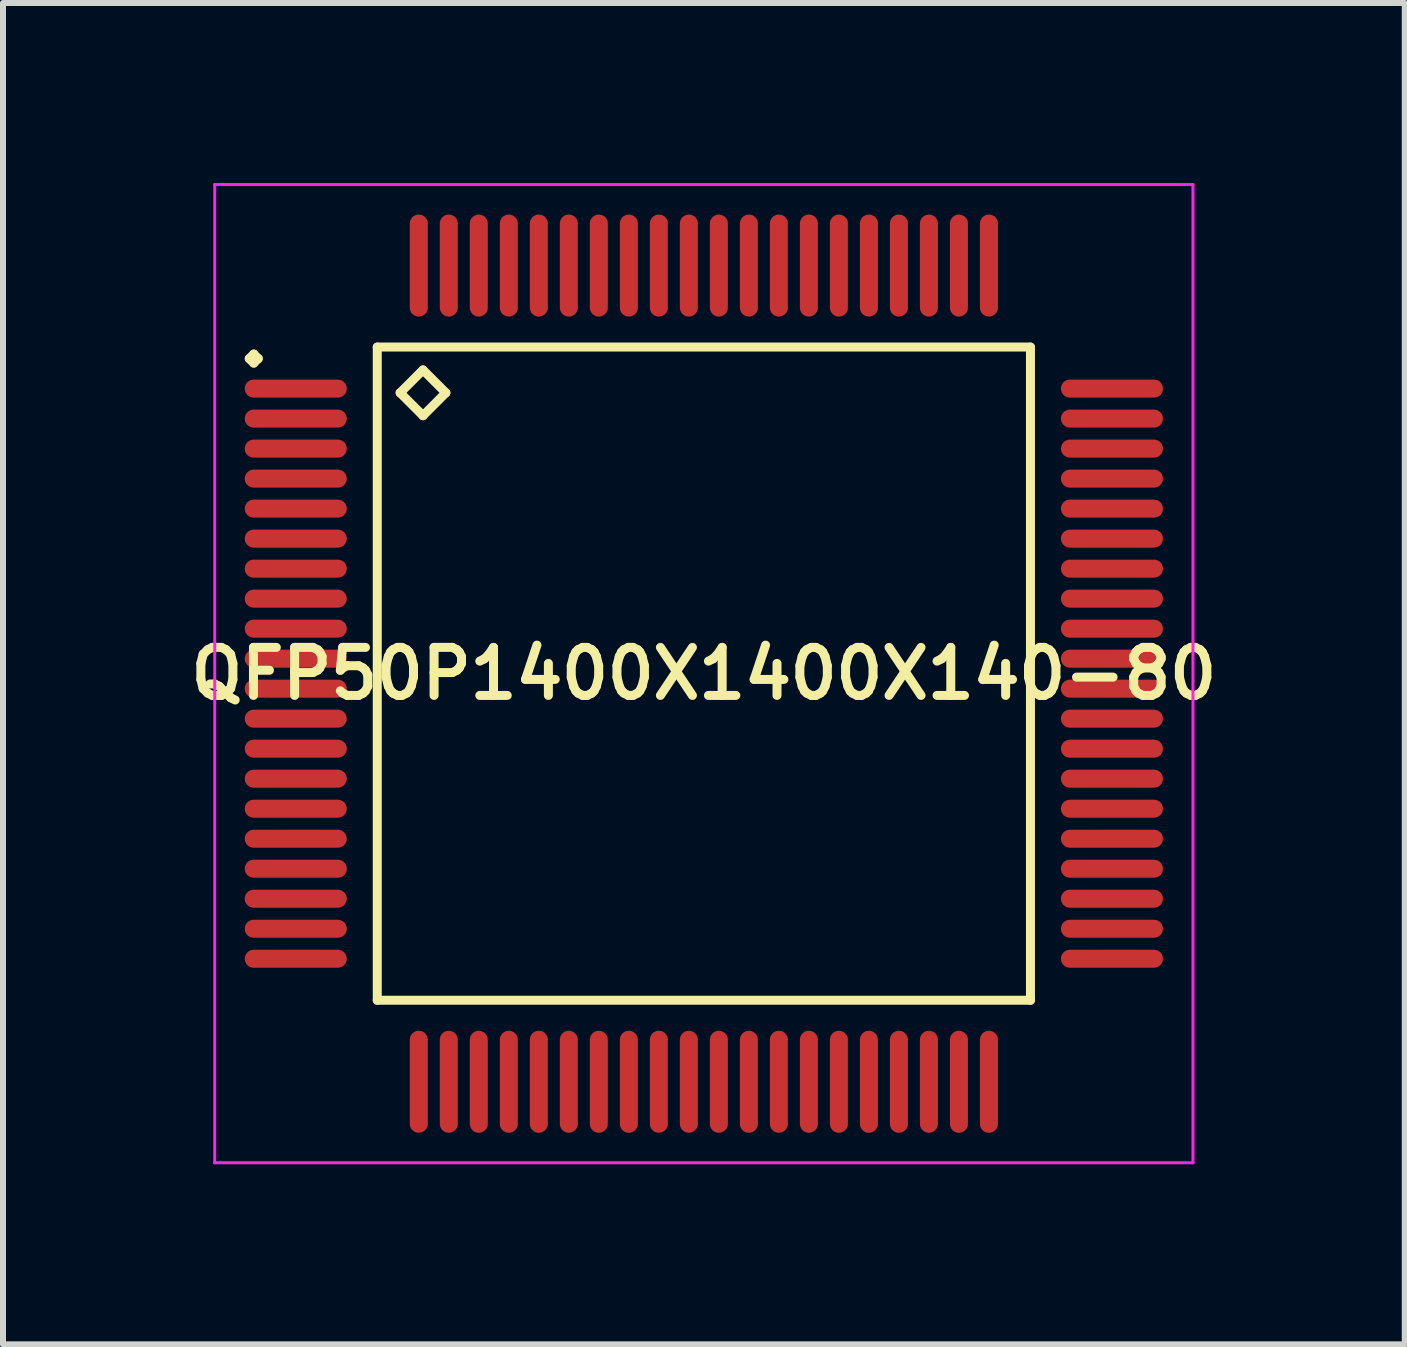
<source format=kicad_pcb>
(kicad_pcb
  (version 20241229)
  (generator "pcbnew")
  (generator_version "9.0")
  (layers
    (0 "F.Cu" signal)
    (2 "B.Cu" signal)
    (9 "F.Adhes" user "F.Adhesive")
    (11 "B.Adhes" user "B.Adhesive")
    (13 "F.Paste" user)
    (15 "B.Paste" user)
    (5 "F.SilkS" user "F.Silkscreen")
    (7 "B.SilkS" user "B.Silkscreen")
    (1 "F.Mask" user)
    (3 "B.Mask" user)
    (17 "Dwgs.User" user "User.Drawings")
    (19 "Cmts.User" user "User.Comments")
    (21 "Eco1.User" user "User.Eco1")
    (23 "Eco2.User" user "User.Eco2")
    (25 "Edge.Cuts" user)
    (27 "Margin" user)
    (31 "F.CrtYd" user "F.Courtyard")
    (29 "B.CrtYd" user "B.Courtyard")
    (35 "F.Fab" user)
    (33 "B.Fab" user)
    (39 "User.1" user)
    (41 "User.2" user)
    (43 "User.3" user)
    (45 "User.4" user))
  (footprint "QFP50P1400X1400X140-80"
    (layer "F.Cu")
    (at 8.678 8.175)
    (property "Reference" "QFP50P1400X1400X140-80" (at 0 0 0) (layer "F.SilkS") (effects (font (size 0.8 0.8) (thickness 0.15))))
    (attr smd)
    (fp_line (start -7.575 -5.25) (end -7.5 -5.325) (stroke (width 0.15) (type solid)) (layer "F.SilkS"))
    (fp_line (start -7.5 -5.325) (end -7.425 -5.25) (stroke (width 0.15) (type solid)) (layer "F.SilkS"))
    (fp_line (start -7.5 -5.175) (end -7.575 -5.25) (stroke (width 0.15) (type solid)) (layer "F.SilkS"))
    (fp_line (start -7.425 -5.25) (end -7.5 -5.175) (stroke (width 0.15) (type solid)) (layer "F.SilkS"))
    (fp_line (start -5.442 -5.442) (end -5.442 5.442) (stroke (width 0.15) (type solid)) (layer "F.SilkS"))
    (fp_line (start -5.442 5.442) (end 5.442 5.442) (stroke (width 0.15) (type solid)) (layer "F.SilkS"))
    (fp_line (start -5.061 -4.68) (end -4.68 -5.061) (stroke (width 0.15) (type solid)) (layer "F.SilkS"))
    (fp_line (start -4.68 -5.061) (end -4.299 -4.68) (stroke (width 0.15) (type solid)) (layer "F.SilkS"))
    (fp_line (start -4.68 -4.299) (end -5.061 -4.68) (stroke (width 0.15) (type solid)) (layer "F.SilkS"))
    (fp_line (start -4.299 -4.68) (end -4.68 -4.299) (stroke (width 0.15) (type solid)) (layer "F.SilkS"))
    (fp_line (start 5.442 -5.442) (end -5.442 -5.442) (stroke (width 0.15) (type solid)) (layer "F.SilkS"))
    (fp_line (start 5.442 5.442) (end 5.442 -5.442) (stroke (width 0.15) (type solid)) (layer "F.SilkS"))
    (fp_line (start -8.15 -8.15) (end 8.15 -8.15) (stroke (width 0.05) (type solid)) (layer "F.CrtYd"))
    (fp_line (start -8.15 8.15) (end -8.15 -8.15) (stroke (width 0.05) (type solid)) (layer "F.CrtYd"))
    (fp_line (start 8.15 -8.15) (end 8.15 8.15) (stroke (width 0.05) (type solid)) (layer "F.CrtYd"))
    (fp_line (start 8.15 8.15) (end -8.15 8.15) (stroke (width 0.05) (type solid)) (layer "F.CrtYd"))
    (pad "1" smd oval (at -6.8 -4.75) (size 1.7 0.3) (layers "F.Cu" "F.Mask" "F.Paste"))
    (pad "2" smd oval (at -6.8 -4.25) (size 1.7 0.3) (layers "F.Cu" "F.Mask" "F.Paste"))
    (pad "3" smd oval (at -6.8 -3.75) (size 1.7 0.3) (layers "F.Cu" "F.Mask" "F.Paste"))
    (pad "4" smd oval (at -6.8 -3.25) (size 1.7 0.3) (layers "F.Cu" "F.Mask" "F.Paste"))
    (pad "5" smd oval (at -6.8 -2.75) (size 1.7 0.3) (layers "F.Cu" "F.Mask" "F.Paste"))
    (pad "6" smd oval (at -6.8 -2.25) (size 1.7 0.3) (layers "F.Cu" "F.Mask" "F.Paste"))
    (pad "7" smd oval (at -6.8 -1.75) (size 1.7 0.3) (layers "F.Cu" "F.Mask" "F.Paste"))
    (pad "8" smd oval (at -6.8 -1.25) (size 1.7 0.3) (layers "F.Cu" "F.Mask" "F.Paste"))
    (pad "9" smd oval (at -6.8 -0.75) (size 1.7 0.3) (layers "F.Cu" "F.Mask" "F.Paste"))
    (pad "10" smd oval (at -6.8 -0.25) (size 1.7 0.3) (layers "F.Cu" "F.Mask" "F.Paste"))
    (pad "11" smd oval (at -6.8 0.25) (size 1.7 0.3) (layers "F.Cu" "F.Mask" "F.Paste"))
    (pad "12" smd oval (at -6.8 0.75) (size 1.7 0.3) (layers "F.Cu" "F.Mask" "F.Paste"))
    (pad "13" smd oval (at -6.8 1.25) (size 1.7 0.3) (layers "F.Cu" "F.Mask" "F.Paste"))
    (pad "14" smd oval (at -6.8 1.75) (size 1.7 0.3) (layers "F.Cu" "F.Mask" "F.Paste"))
    (pad "15" smd oval (at -6.8 2.25) (size 1.7 0.3) (layers "F.Cu" "F.Mask" "F.Paste"))
    (pad "16" smd oval (at -6.8 2.75) (size 1.7 0.3) (layers "F.Cu" "F.Mask" "F.Paste"))
    (pad "17" smd oval (at -6.8 3.25) (size 1.7 0.3) (layers "F.Cu" "F.Mask" "F.Paste"))
    (pad "18" smd oval (at -6.8 3.75) (size 1.7 0.3) (layers "F.Cu" "F.Mask" "F.Paste"))
    (pad "19" smd oval (at -6.8 4.25) (size 1.7 0.3) (layers "F.Cu" "F.Mask" "F.Paste"))
    (pad "20" smd oval (at -6.8 4.75) (size 1.7 0.3) (layers "F.Cu" "F.Mask" "F.Paste"))
    (pad "21" smd oval (at -4.75 6.8) (size 0.3 1.7) (layers "F.Cu" "F.Mask" "F.Paste"))
    (pad "22" smd oval (at -4.25 6.8) (size 0.3 1.7) (layers "F.Cu" "F.Mask" "F.Paste"))
    (pad "23" smd oval (at -3.75 6.8) (size 0.3 1.7) (layers "F.Cu" "F.Mask" "F.Paste"))
    (pad "24" smd oval (at -3.25 6.8) (size 0.3 1.7) (layers "F.Cu" "F.Mask" "F.Paste"))
    (pad "25" smd oval (at -2.75 6.8) (size 0.3 1.7) (layers "F.Cu" "F.Mask" "F.Paste"))
    (pad "26" smd oval (at -2.25 6.8) (size 0.3 1.7) (layers "F.Cu" "F.Mask" "F.Paste"))
    (pad "27" smd oval (at -1.75 6.8) (size 0.3 1.7) (layers "F.Cu" "F.Mask" "F.Paste"))
    (pad "28" smd oval (at -1.25 6.8) (size 0.3 1.7) (layers "F.Cu" "F.Mask" "F.Paste"))
    (pad "29" smd oval (at -0.75 6.8) (size 0.3 1.7) (layers "F.Cu" "F.Mask" "F.Paste"))
    (pad "30" smd oval (at -0.25 6.8) (size 0.3 1.7) (layers "F.Cu" "F.Mask" "F.Paste"))
    (pad "31" smd oval (at 0.25 6.8) (size 0.3 1.7) (layers "F.Cu" "F.Mask" "F.Paste"))
    (pad "32" smd oval (at 0.75 6.8) (size 0.3 1.7) (layers "F.Cu" "F.Mask" "F.Paste"))
    (pad "33" smd oval (at 1.25 6.8) (size 0.3 1.7) (layers "F.Cu" "F.Mask" "F.Paste"))
    (pad "34" smd oval (at 1.75 6.8) (size 0.3 1.7) (layers "F.Cu" "F.Mask" "F.Paste"))
    (pad "35" smd oval (at 2.25 6.8) (size 0.3 1.7) (layers "F.Cu" "F.Mask" "F.Paste"))
    (pad "36" smd oval (at 2.75 6.8) (size 0.3 1.7) (layers "F.Cu" "F.Mask" "F.Paste"))
    (pad "37" smd oval (at 3.25 6.8) (size 0.3 1.7) (layers "F.Cu" "F.Mask" "F.Paste"))
    (pad "38" smd oval (at 3.75 6.8) (size 0.3 1.7) (layers "F.Cu" "F.Mask" "F.Paste"))
    (pad "39" smd oval (at 4.25 6.8) (size 0.3 1.7) (layers "F.Cu" "F.Mask" "F.Paste"))
    (pad "40" smd oval (at 4.75 6.8) (size 0.3 1.7) (layers "F.Cu" "F.Mask" "F.Paste"))
    (pad "41" smd oval (at 6.8 4.75) (size 1.7 0.3) (layers "F.Cu" "F.Mask" "F.Paste"))
    (pad "42" smd oval (at 6.8 4.25) (size 1.7 0.3) (layers "F.Cu" "F.Mask" "F.Paste"))
    (pad "43" smd oval (at 6.8 3.75) (size 1.7 0.3) (layers "F.Cu" "F.Mask" "F.Paste"))
    (pad "44" smd oval (at 6.8 3.25) (size 1.7 0.3) (layers "F.Cu" "F.Mask" "F.Paste"))
    (pad "45" smd oval (at 6.8 2.75) (size 1.7 0.3) (layers "F.Cu" "F.Mask" "F.Paste"))
    (pad "46" smd oval (at 6.8 2.25) (size 1.7 0.3) (layers "F.Cu" "F.Mask" "F.Paste"))
    (pad "47" smd oval (at 6.8 1.75) (size 1.7 0.3) (layers "F.Cu" "F.Mask" "F.Paste"))
    (pad "48" smd oval (at 6.8 1.25) (size 1.7 0.3) (layers "F.Cu" "F.Mask" "F.Paste"))
    (pad "49" smd oval (at 6.8 0.75) (size 1.7 0.3) (layers "F.Cu" "F.Mask" "F.Paste"))
    (pad "50" smd oval (at 6.8 0.25) (size 1.7 0.3) (layers "F.Cu" "F.Mask" "F.Paste"))
    (pad "51" smd oval (at 6.8 -0.25) (size 1.7 0.3) (layers "F.Cu" "F.Mask" "F.Paste"))
    (pad "52" smd oval (at 6.8 -0.75) (size 1.7 0.3) (layers "F.Cu" "F.Mask" "F.Paste"))
    (pad "53" smd oval (at 6.8 -1.25) (size 1.7 0.3) (layers "F.Cu" "F.Mask" "F.Paste"))
    (pad "54" smd oval (at 6.8 -1.75) (size 1.7 0.3) (layers "F.Cu" "F.Mask" "F.Paste"))
    (pad "55" smd oval (at 6.8 -2.25) (size 1.7 0.3) (layers "F.Cu" "F.Mask" "F.Paste"))
    (pad "56" smd oval (at 6.8 -2.75) (size 1.7 0.3) (layers "F.Cu" "F.Mask" "F.Paste"))
    (pad "57" smd oval (at 6.8 -3.25) (size 1.7 0.3) (layers "F.Cu" "F.Mask" "F.Paste"))
    (pad "58" smd oval (at 6.8 -3.75) (size 1.7 0.3) (layers "F.Cu" "F.Mask" "F.Paste"))
    (pad "59" smd oval (at 6.8 -4.25) (size 1.7 0.3) (layers "F.Cu" "F.Mask" "F.Paste"))
    (pad "60" smd oval (at 6.8 -4.75) (size 1.7 0.3) (layers "F.Cu" "F.Mask" "F.Paste"))
    (pad "61" smd oval (at 4.75 -6.8) (size 0.3 1.7) (layers "F.Cu" "F.Mask" "F.Paste"))
    (pad "62" smd oval (at 4.25 -6.8) (size 0.3 1.7) (layers "F.Cu" "F.Mask" "F.Paste"))
    (pad "63" smd oval (at 3.75 -6.8) (size 0.3 1.7) (layers "F.Cu" "F.Mask" "F.Paste"))
    (pad "64" smd oval (at 3.25 -6.8) (size 0.3 1.7) (layers "F.Cu" "F.Mask" "F.Paste"))
    (pad "65" smd oval (at 2.75 -6.8) (size 0.3 1.7) (layers "F.Cu" "F.Mask" "F.Paste"))
    (pad "66" smd oval (at 2.25 -6.8) (size 0.3 1.7) (layers "F.Cu" "F.Mask" "F.Paste"))
    (pad "67" smd oval (at 1.75 -6.8) (size 0.3 1.7) (layers "F.Cu" "F.Mask" "F.Paste"))
    (pad "68" smd oval (at 1.25 -6.8) (size 0.3 1.7) (layers "F.Cu" "F.Mask" "F.Paste"))
    (pad "69" smd oval (at 0.75 -6.8) (size 0.3 1.7) (layers "F.Cu" "F.Mask" "F.Paste"))
    (pad "70" smd oval (at 0.25 -6.8) (size 0.3 1.7) (layers "F.Cu" "F.Mask" "F.Paste"))
    (pad "71" smd oval (at -0.25 -6.8) (size 0.3 1.7) (layers "F.Cu" "F.Mask" "F.Paste"))
    (pad "72" smd oval (at -0.75 -6.8) (size 0.3 1.7) (layers "F.Cu" "F.Mask" "F.Paste"))
    (pad "73" smd oval (at -1.25 -6.8) (size 0.3 1.7) (layers "F.Cu" "F.Mask" "F.Paste"))
    (pad "74" smd oval (at -1.75 -6.8) (size 0.3 1.7) (layers "F.Cu" "F.Mask" "F.Paste"))
    (pad "75" smd oval (at -2.25 -6.8) (size 0.3 1.7) (layers "F.Cu" "F.Mask" "F.Paste"))
    (pad "76" smd oval (at -2.75 -6.8) (size 0.3 1.7) (layers "F.Cu" "F.Mask" "F.Paste"))
    (pad "77" smd oval (at -3.25 -6.8) (size 0.3 1.7) (layers "F.Cu" "F.Mask" "F.Paste"))
    (pad "78" smd oval (at -3.75 -6.8) (size 0.3 1.7) (layers "F.Cu" "F.Mask" "F.Paste"))
    (pad "79" smd oval (at -4.25 -6.8) (size 0.3 1.7) (layers "F.Cu" "F.Mask" "F.Paste"))
    (pad "80" smd oval (at -4.75 -6.8) (size 0.3 1.7) (layers "F.Cu" "F.Mask" "F.Paste")))
  (gr_rect
    (start -3 -3)
    (end 20.357 19.35)
    (stroke (width 0.1) (type default))
    (fill no)
    (layer "Edge.Cuts")))
</source>
